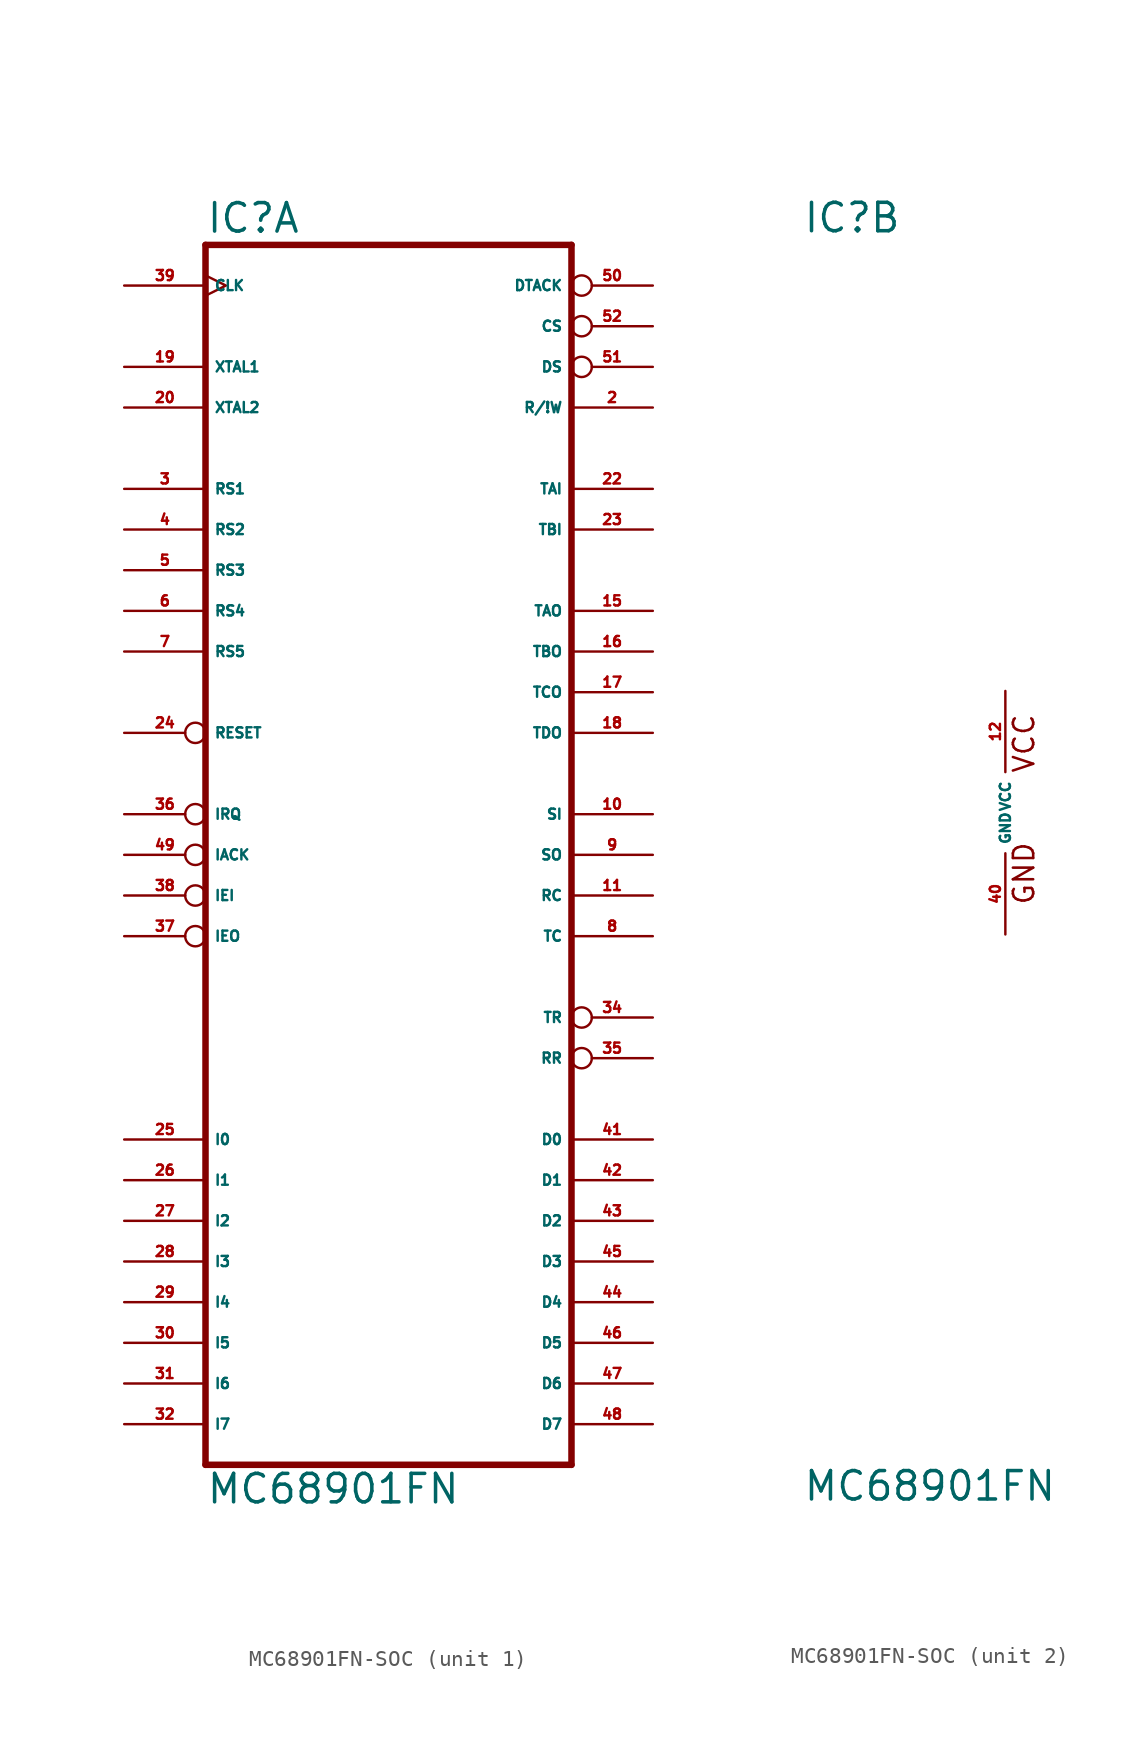
<source format=kicad_sym>
(kicad_symbol_lib
  (version 20220914)
  (generator Eagle2Kicad)
  (symbol "MC68901FN-SOC"
    (property "Reference" "IC"
      (at -12.7 36.195 0)
      (effects (font (size 1.778 1.778) (thickness 0.22)) (justify left bottom)))
    (property "Value" "MC68901FN"
      (at -12.7 -43.18 0)
      (effects (font (size 1.778 1.778) (thickness 0.22)) (justify left bottom)))
    (symbol "MC68901FN-SOC_1_0"
      (polyline (pts (xy -12.7 -40.64) (xy 10.16 -40.64)) (stroke (width 0.406) (type default)) (fill (type none)))
      (polyline (pts (xy 10.16 -40.64) (xy 10.16 35.56)) (stroke (width 0.406) (type default)) (fill (type none)))
      (polyline (pts (xy 10.16 35.56) (xy -12.7 35.56)) (stroke (width 0.406) (type default)) (fill (type none)))
      (polyline (pts (xy -12.7 -40.64) (xy -12.7 35.56)) (stroke (width 0.406) (type default)) (fill (type none)))
      (pin input inverted (at 15.24 27.94 180) (length 5.08) (name "DS" (effects (font (size 0.635 0.635) (thickness 0.08)) (justify left bottom))) (number "51" (effects (font (size 0.635 0.635) (thickness 0.08)) (justify left bottom))))
      (pin input inverted (at -17.78 -5.08 0) (length 5.08) (name "IEI" (effects (font (size 0.635 0.635) (thickness 0.08)) (justify left bottom))) (number "38" (effects (font (size 0.635 0.635) (thickness 0.08)) (justify left bottom))))
      (pin input line (at 15.24 -7.62 180) (length 5.08) (name "TC" (effects (font (size 0.635 0.635) (thickness 0.08)) (justify left bottom))) (number "8" (effects (font (size 0.635 0.635) (thickness 0.08)) (justify left bottom))))
      (pin input inverted (at -17.78 -2.54 0) (length 5.08) (name "IACK" (effects (font (size 0.635 0.635) (thickness 0.08)) (justify left bottom))) (number "49" (effects (font (size 0.635 0.635) (thickness 0.08)) (justify left bottom))))
      (pin input line (at 15.24 25.4 180) (length 5.08) (name "R/!W" (effects (font (size 0.635 0.635) (thickness 0.08)) (justify left bottom))) (number "2" (effects (font (size 0.635 0.635) (thickness 0.08)) (justify left bottom))))
      (pin input inverted (at 15.24 30.48 180) (length 5.08) (name "CS" (effects (font (size 0.635 0.635) (thickness 0.08)) (justify left bottom))) (number "52" (effects (font (size 0.635 0.635) (thickness 0.08)) (justify left bottom))))
      (pin input line (at 15.24 20.32 180) (length 5.08) (name "TAI" (effects (font (size 0.635 0.635) (thickness 0.08)) (justify left bottom))) (number "22" (effects (font (size 0.635 0.635) (thickness 0.08)) (justify left bottom))))
      (pin input line (at 15.24 17.78 180) (length 5.08) (name "TBI" (effects (font (size 0.635 0.635) (thickness 0.08)) (justify left bottom))) (number "23" (effects (font (size 0.635 0.635) (thickness 0.08)) (justify left bottom))))
      (pin input line (at 15.24 0 180) (length 5.08) (name "SI" (effects (font (size 0.635 0.635) (thickness 0.08)) (justify left bottom))) (number "10" (effects (font (size 0.635 0.635) (thickness 0.08)) (justify left bottom))))
      (pin input line (at 15.24 -5.08 180) (length 5.08) (name "RC" (effects (font (size 0.635 0.635) (thickness 0.08)) (justify left bottom))) (number "11" (effects (font (size 0.635 0.635) (thickness 0.08)) (justify left bottom))))
      (pin input clock (at -17.78 33.02 0) (length 5.08) (name "CLK" (effects (font (size 0.635 0.635) (thickness 0.08)) (justify left bottom))) (number "39" (effects (font (size 0.635 0.635) (thickness 0.08)) (justify left bottom))))
      (pin bidirectional line (at 15.24 -20.32 180) (length 5.08) (name "D0" (effects (font (size 0.635 0.635) (thickness 0.08)) (justify left bottom))) (number "41" (effects (font (size 0.635 0.635) (thickness 0.08)) (justify left bottom))))
      (pin bidirectional line (at 15.24 -22.86 180) (length 5.08) (name "D1" (effects (font (size 0.635 0.635) (thickness 0.08)) (justify left bottom))) (number "42" (effects (font (size 0.635 0.635) (thickness 0.08)) (justify left bottom))))
      (pin bidirectional line (at 15.24 -25.4 180) (length 5.08) (name "D2" (effects (font (size 0.635 0.635) (thickness 0.08)) (justify left bottom))) (number "43" (effects (font (size 0.635 0.635) (thickness 0.08)) (justify left bottom))))
      (pin bidirectional line (at 15.24 -27.94 180) (length 5.08) (name "D3" (effects (font (size 0.635 0.635) (thickness 0.08)) (justify left bottom))) (number "45" (effects (font (size 0.635 0.635) (thickness 0.08)) (justify left bottom))))
      (pin bidirectional line (at 15.24 -30.48 180) (length 5.08) (name "D4" (effects (font (size 0.635 0.635) (thickness 0.08)) (justify left bottom))) (number "44" (effects (font (size 0.635 0.635) (thickness 0.08)) (justify left bottom))))
      (pin bidirectional line (at 15.24 -33.02 180) (length 5.08) (name "D5" (effects (font (size 0.635 0.635) (thickness 0.08)) (justify left bottom))) (number "46" (effects (font (size 0.635 0.635) (thickness 0.08)) (justify left bottom))))
      (pin bidirectional line (at 15.24 -35.56 180) (length 5.08) (name "D6" (effects (font (size 0.635 0.635) (thickness 0.08)) (justify left bottom))) (number "47" (effects (font (size 0.635 0.635) (thickness 0.08)) (justify left bottom))))
      (pin bidirectional line (at 15.24 -38.1 180) (length 5.08) (name "D7" (effects (font (size 0.635 0.635) (thickness 0.08)) (justify left bottom))) (number "48" (effects (font (size 0.635 0.635) (thickness 0.08)) (justify left bottom))))
      (pin input inverted (at -17.78 5.08 0) (length 5.08) (name "RESET" (effects (font (size 0.635 0.635) (thickness 0.08)) (justify left bottom))) (number "24" (effects (font (size 0.635 0.635) (thickness 0.08)) (justify left bottom))))
      (pin output inverted (at 15.24 33.02 180) (length 5.08) (name "DTACK" (effects (font (size 0.635 0.635) (thickness 0.08)) (justify left bottom))) (number "50" (effects (font (size 0.635 0.635) (thickness 0.08)) (justify left bottom))))
      (pin input line (at -17.78 27.94 0) (length 5.08) (name "XTAL1" (effects (font (size 0.635 0.635) (thickness 0.08)) (justify left bottom))) (number "19" (effects (font (size 0.635 0.635) (thickness 0.08)) (justify left bottom))))
      (pin input line (at -17.78 25.4 0) (length 5.08) (name "XTAL2" (effects (font (size 0.635 0.635) (thickness 0.08)) (justify left bottom))) (number "20" (effects (font (size 0.635 0.635) (thickness 0.08)) (justify left bottom))))
      (pin input line (at -17.78 20.32 0) (length 5.08) (name "RS1" (effects (font (size 0.635 0.635) (thickness 0.08)) (justify left bottom))) (number "3" (effects (font (size 0.635 0.635) (thickness 0.08)) (justify left bottom))))
      (pin input line (at -17.78 17.78 0) (length 5.08) (name "RS2" (effects (font (size 0.635 0.635) (thickness 0.08)) (justify left bottom))) (number "4" (effects (font (size 0.635 0.635) (thickness 0.08)) (justify left bottom))))
      (pin input line (at -17.78 15.24 0) (length 5.08) (name "RS3" (effects (font (size 0.635 0.635) (thickness 0.08)) (justify left bottom))) (number "5" (effects (font (size 0.635 0.635) (thickness 0.08)) (justify left bottom))))
      (pin input line (at -17.78 12.7 0) (length 5.08) (name "RS4" (effects (font (size 0.635 0.635) (thickness 0.08)) (justify left bottom))) (number "6" (effects (font (size 0.635 0.635) (thickness 0.08)) (justify left bottom))))
      (pin input line (at -17.78 10.16 0) (length 5.08) (name "RS5" (effects (font (size 0.635 0.635) (thickness 0.08)) (justify left bottom))) (number "7" (effects (font (size 0.635 0.635) (thickness 0.08)) (justify left bottom))))
      (pin output inverted (at 15.24 -12.7 180) (length 5.08) (name "TR" (effects (font (size 0.635 0.635) (thickness 0.08)) (justify left bottom))) (number "34" (effects (font (size 0.635 0.635) (thickness 0.08)) (justify left bottom))))
      (pin output inverted (at 15.24 -15.24 180) (length 5.08) (name "RR" (effects (font (size 0.635 0.635) (thickness 0.08)) (justify left bottom))) (number "35" (effects (font (size 0.635 0.635) (thickness 0.08)) (justify left bottom))))
      (pin output line (at 15.24 -2.54 180) (length 5.08) (name "SO" (effects (font (size 0.635 0.635) (thickness 0.08)) (justify left bottom))) (number "9" (effects (font (size 0.635 0.635) (thickness 0.08)) (justify left bottom))))
      (pin output line (at 15.24 12.7 180) (length 5.08) (name "TAO" (effects (font (size 0.635 0.635) (thickness 0.08)) (justify left bottom))) (number "15" (effects (font (size 0.635 0.635) (thickness 0.08)) (justify left bottom))))
      (pin output line (at 15.24 10.16 180) (length 5.08) (name "TBO" (effects (font (size 0.635 0.635) (thickness 0.08)) (justify left bottom))) (number "16" (effects (font (size 0.635 0.635) (thickness 0.08)) (justify left bottom))))
      (pin output line (at 15.24 7.62 180) (length 5.08) (name "TCO" (effects (font (size 0.635 0.635) (thickness 0.08)) (justify left bottom))) (number "17" (effects (font (size 0.635 0.635) (thickness 0.08)) (justify left bottom))))
      (pin output line (at 15.24 5.08 180) (length 5.08) (name "TDO" (effects (font (size 0.635 0.635) (thickness 0.08)) (justify left bottom))) (number "18" (effects (font (size 0.635 0.635) (thickness 0.08)) (justify left bottom))))
      (pin output inverted (at -17.78 0 0) (length 5.08) (name "IRQ" (effects (font (size 0.635 0.635) (thickness 0.08)) (justify left bottom))) (number "36" (effects (font (size 0.635 0.635) (thickness 0.08)) (justify left bottom))))
      (pin output inverted (at -17.78 -7.62 0) (length 5.08) (name "IEO" (effects (font (size 0.635 0.635) (thickness 0.08)) (justify left bottom))) (number "37" (effects (font (size 0.635 0.635) (thickness 0.08)) (justify left bottom))))
      (pin bidirectional line (at -17.78 -20.32 0) (length 5.08) (name "I0" (effects (font (size 0.635 0.635) (thickness 0.08)) (justify left bottom))) (number "25" (effects (font (size 0.635 0.635) (thickness 0.08)) (justify left bottom))))
      (pin bidirectional line (at -17.78 -22.86 0) (length 5.08) (name "I1" (effects (font (size 0.635 0.635) (thickness 0.08)) (justify left bottom))) (number "26" (effects (font (size 0.635 0.635) (thickness 0.08)) (justify left bottom))))
      (pin bidirectional line (at -17.78 -25.4 0) (length 5.08) (name "I2" (effects (font (size 0.635 0.635) (thickness 0.08)) (justify left bottom))) (number "27" (effects (font (size 0.635 0.635) (thickness 0.08)) (justify left bottom))))
      (pin bidirectional line (at -17.78 -27.94 0) (length 5.08) (name "I3" (effects (font (size 0.635 0.635) (thickness 0.08)) (justify left bottom))) (number "28" (effects (font (size 0.635 0.635) (thickness 0.08)) (justify left bottom))))
      (pin bidirectional line (at -17.78 -30.48 0) (length 5.08) (name "I4" (effects (font (size 0.635 0.635) (thickness 0.08)) (justify left bottom))) (number "29" (effects (font (size 0.635 0.635) (thickness 0.08)) (justify left bottom))))
      (pin bidirectional line (at -17.78 -33.02 0) (length 5.08) (name "I5" (effects (font (size 0.635 0.635) (thickness 0.08)) (justify left bottom))) (number "30" (effects (font (size 0.635 0.635) (thickness 0.08)) (justify left bottom))))
      (pin bidirectional line (at -17.78 -35.56 0) (length 5.08) (name "I6" (effects (font (size 0.635 0.635) (thickness 0.08)) (justify left bottom))) (number "31" (effects (font (size 0.635 0.635) (thickness 0.08)) (justify left bottom))))
      (pin bidirectional line (at -17.78 -38.1 0) (length 5.08) (name "I7" (effects (font (size 0.635 0.635) (thickness 0.08)) (justify left bottom))) (number "32" (effects (font (size 0.635 0.635) (thickness 0.08)) (justify left bottom)))))
    (symbol "MC68901FN-SOC_2_0"
      (text "GND" (at 1.905 -5.842 900) (effects (font (size 1.27 1.27) (thickness 0.16)) (justify left bottom)))
      (text "VCC" (at 1.905 2.413 900) (effects (font (size 1.27 1.27) (thickness 0.16)) (justify left bottom)))
      (pin unspecified line (at 0 -7.62 90) (length 5.08) (name "GND" (effects (font (size 0.635 0.635) (thickness 0.08)) (justify left bottom))) (number "40" (effects (font (size 0.635 0.635) (thickness 0.08)) (justify left bottom))))
      (pin unspecified line (at 0 7.62 270) (length 5.08) (name "VCC" (effects (font (size 0.635 0.635) (thickness 0.08)) (justify left bottom))) (number "12" (effects (font (size 0.635 0.635) (thickness 0.08)) (justify left bottom)))))))
</source>
